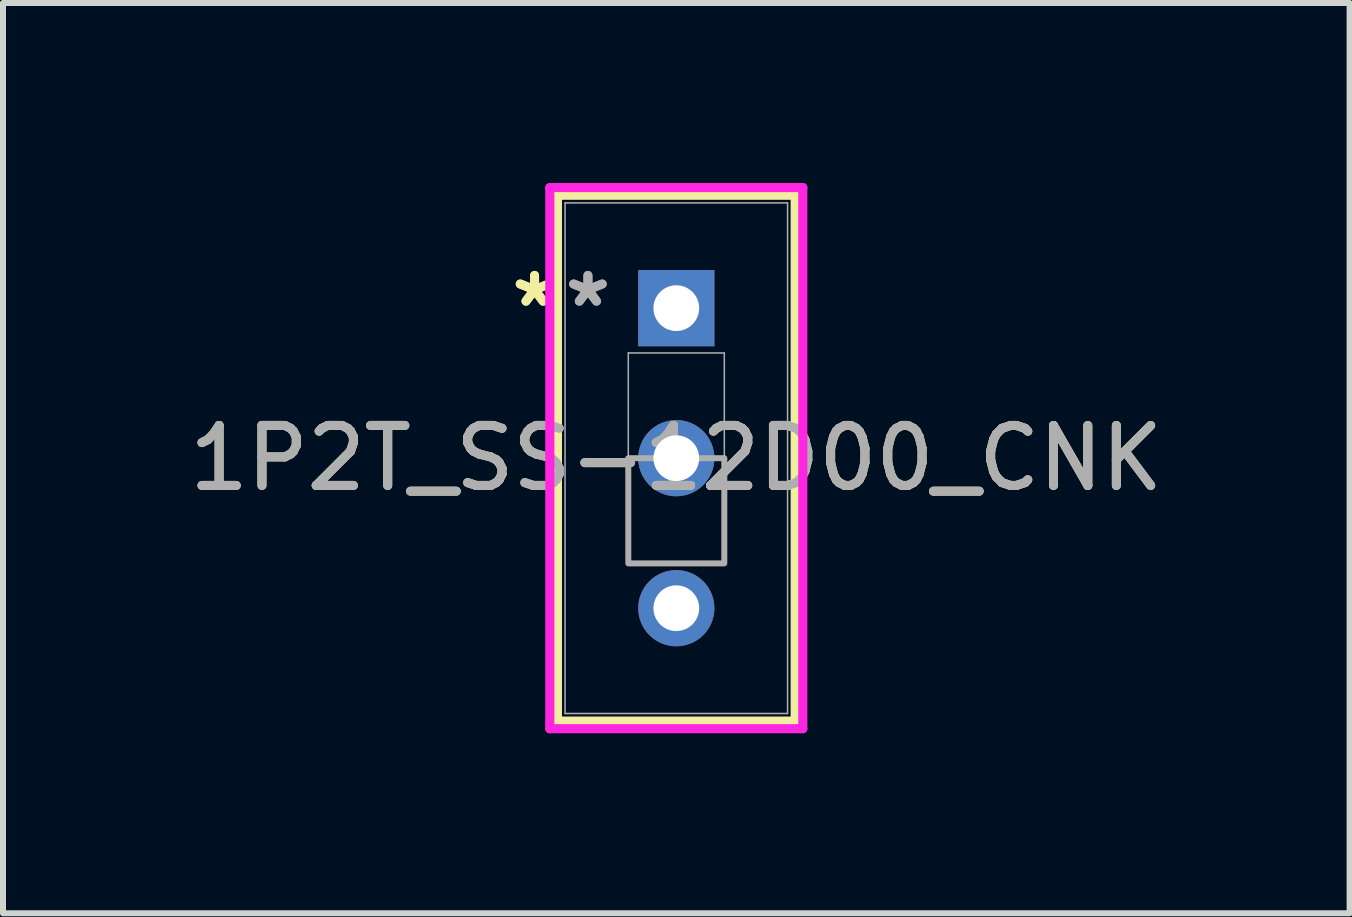
<source format=kicad_pcb>
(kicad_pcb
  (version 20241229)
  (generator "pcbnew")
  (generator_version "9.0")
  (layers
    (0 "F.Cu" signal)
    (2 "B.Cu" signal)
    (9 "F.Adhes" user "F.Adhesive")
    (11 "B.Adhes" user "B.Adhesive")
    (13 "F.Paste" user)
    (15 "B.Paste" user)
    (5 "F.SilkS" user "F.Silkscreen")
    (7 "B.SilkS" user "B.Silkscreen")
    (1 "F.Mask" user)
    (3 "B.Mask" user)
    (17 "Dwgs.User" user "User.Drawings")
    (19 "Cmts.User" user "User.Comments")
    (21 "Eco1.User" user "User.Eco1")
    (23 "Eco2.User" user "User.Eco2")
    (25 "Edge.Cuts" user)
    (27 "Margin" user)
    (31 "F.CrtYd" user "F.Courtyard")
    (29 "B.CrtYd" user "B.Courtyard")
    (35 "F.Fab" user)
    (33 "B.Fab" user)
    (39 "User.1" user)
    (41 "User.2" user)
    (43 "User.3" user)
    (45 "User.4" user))
  (footprint "1P2T_SS-12D00_CNK"
    (layer "F.Cu")
    (at 8.22 2.085)
    (property "Reference" "1P2T_SS-12D00_CNK" (at 0 2.5 0) (unlocked yes) (layer "F.SilkS") (effects (font (size 1 1) (thickness 0.15))))
    (attr through_hole)
    (fp_line (start -1.981 -1.881) (end -1.981 6.881) (stroke (width 0.152) (type solid)) (layer "F.SilkS"))
    (fp_line (start -1.981 6.881) (end 1.981 6.881) (stroke (width 0.152) (type solid)) (layer "F.SilkS"))
    (fp_line (start 1.981 -1.881) (end -1.981 -1.881) (stroke (width 0.152) (type solid)) (layer "F.SilkS"))
    (fp_line (start 1.981 6.881) (end 1.981 -1.881) (stroke (width 0.152) (type solid)) (layer "F.SilkS"))
    (fp_line (start -2.108 -2.009) (end -2.108 7.008) (stroke (width 0.152) (type solid)) (layer "F.CrtYd"))
    (fp_line (start -2.108 7.008) (end 2.108 7.008) (stroke (width 0.152) (type solid)) (layer "F.CrtYd"))
    (fp_line (start 2.108 -2.009) (end -2.108 -2.009) (stroke (width 0.152) (type solid)) (layer "F.CrtYd"))
    (fp_line (start 2.108 7.008) (end 2.108 -2.009) (stroke (width 0.152) (type solid)) (layer "F.CrtYd"))
    (fp_line (start -1.854 -1.754) (end -1.854 6.755) (stroke (width 0.025) (type solid)) (layer "F.Fab"))
    (fp_line (start -1.854 6.755) (end 1.854 6.755) (stroke (width 0.025) (type solid)) (layer "F.Fab"))
    (fp_line (start -0.8 0.747) (end 0.8 0.747) (stroke (width 0.025) (type solid)) (layer "F.Fab"))
    (fp_line (start -0.8 4.253) (end -0.8 0.747) (stroke (width 0.025) (type solid)) (layer "F.Fab"))
    (fp_line (start 0.8 0.747) (end 0.8 4.253) (stroke (width 0.025) (type solid)) (layer "F.Fab"))
    (fp_line (start 0.8 4.253) (end -0.8 4.253) (stroke (width 0.025) (type solid)) (layer "F.Fab"))
    (fp_line (start 1.854 -1.754) (end -1.854 -1.754) (stroke (width 0.025) (type solid)) (layer "F.Fab"))
    (fp_line (start 1.854 6.755) (end 1.854 -1.754) (stroke (width 0.025) (type solid)) (layer "F.Fab"))
    (fp_poly (pts (xy -0.8 4.253) (xy -0.8 2.5) (xy 0.8 2.5) (xy 0.8 4.253)) (stroke (width 0.1) (type solid)) (fill no) (layer "F.Fab"))
    (fp_text user "*" (at -2.362 0 0) (layer "F.SilkS") (effects (font (size 1 1) (thickness 0.15))))
    (fp_text user "*" (at -2.362 0 0) (unlocked yes) (layer "F.SilkS") (effects (font (size 1 1) (thickness 0.15))))
    (fp_text user "${REFERENCE}" (at 0 2.5 0) (unlocked yes) (layer "F.Fab") (effects (font (size 1 1) (thickness 0.15))))
    (fp_text user "*" (at -1.473 0 0) (layer "F.Fab") (effects (font (size 1 1) (thickness 0.15))))
    (fp_text user "*" (at -1.473 0 0) (unlocked yes) (layer "F.Fab") (effects (font (size 1 1) (thickness 0.15))))
    (pad "1" thru_hole rect (at 0 0) (size 1.27 1.27) (drill 0.762) (layers "*.Cu" "*.Mask"))
    (pad "2" thru_hole circle (at 0 2.5) (size 1.27 1.27) (drill 0.762) (layers "*.Cu" "*.Mask"))
    (pad "3" thru_hole circle (at 0 5) (size 1.27 1.27) (drill 0.762) (layers "*.Cu" "*.Mask")))
  (gr_rect
    (start -3 -3)
    (end 19.44 12.169)
    (stroke (width 0.1) (type default))
    (fill no)
    (layer "Edge.Cuts")))
</source>
